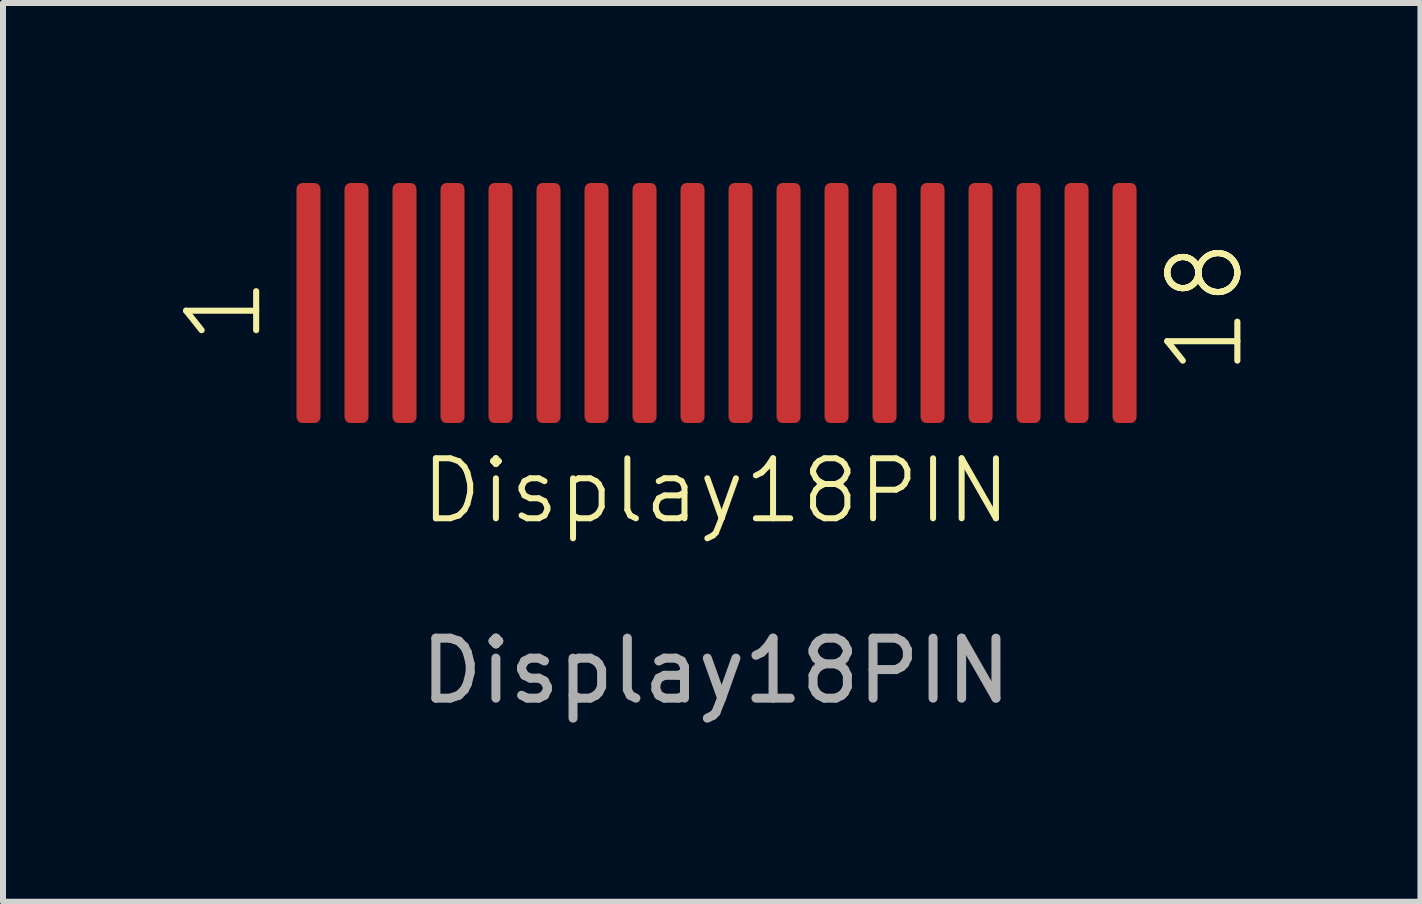
<source format=kicad_pcb>
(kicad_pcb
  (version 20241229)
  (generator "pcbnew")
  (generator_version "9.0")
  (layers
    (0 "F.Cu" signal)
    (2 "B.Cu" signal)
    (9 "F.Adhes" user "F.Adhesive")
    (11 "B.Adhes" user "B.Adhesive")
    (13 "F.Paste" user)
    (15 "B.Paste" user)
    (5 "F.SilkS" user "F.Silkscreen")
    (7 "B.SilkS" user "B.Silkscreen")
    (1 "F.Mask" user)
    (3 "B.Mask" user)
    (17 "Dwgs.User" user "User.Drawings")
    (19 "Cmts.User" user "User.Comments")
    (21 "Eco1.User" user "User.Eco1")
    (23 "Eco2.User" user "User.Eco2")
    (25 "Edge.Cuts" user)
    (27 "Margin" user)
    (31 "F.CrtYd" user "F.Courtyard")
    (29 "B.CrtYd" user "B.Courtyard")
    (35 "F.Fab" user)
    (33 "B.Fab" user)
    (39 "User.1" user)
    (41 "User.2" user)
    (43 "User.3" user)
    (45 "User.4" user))
  (footprint "Display18PIN"
    (layer "F.Cu")
    (at 8.881 5.63)
    (property "Reference" "Display18PIN" (at 0 -0.5 0) (unlocked yes) (layer "F.SilkS") (effects (font (size 1 1) (thickness 0.1))))
    (attr smd)
    (fp_line (start -8.83 -3.502) (end -7.662 -3.502) (stroke (width 0.102) (type solid)) (layer "F.SilkS"))
    (fp_line (start -8.571 -3.178) (end -8.83 -3.502) (stroke (width 0.102) (type solid)) (layer "F.SilkS"))
    (fp_line (start -7.662 -3.178) (end -7.662 -3.827) (stroke (width 0.102) (type solid)) (layer "F.SilkS"))
    (fp_line (start 7.522 -4.143) (end 7.522 -4.153) (stroke (width 0.102) (type solid)) (layer "F.SilkS"))
    (fp_line (start 7.522 -4.133) (end 7.522 -4.143) (stroke (width 0.102) (type solid)) (layer "F.SilkS"))
    (fp_line (start 7.522 -2.994) (end 7.781 -2.67) (stroke (width 0.102) (type solid)) (layer "F.SilkS"))
    (fp_line (start 7.522 -2.994) (end 8.69 -2.994) (stroke (width 0.102) (type solid)) (layer "F.SilkS"))
    (fp_line (start 7.522 -4.153) (end 7.523 -4.163) (stroke (width 0.102) (type solid)) (layer "F.SilkS"))
    (fp_line (start 7.522 -4.122) (end 7.522 -4.133) (stroke (width 0.102) (type solid)) (layer "F.SilkS"))
    (fp_line (start 7.523 -4.163) (end 7.524 -4.173) (stroke (width 0.102) (type solid)) (layer "F.SilkS"))
    (fp_line (start 7.523 -4.112) (end 7.522 -4.122) (stroke (width 0.102) (type solid)) (layer "F.SilkS"))
    (fp_line (start 7.524 -4.173) (end 7.526 -4.183) (stroke (width 0.102) (type solid)) (layer "F.SilkS"))
    (fp_line (start 7.524 -4.102) (end 7.523 -4.112) (stroke (width 0.102) (type solid)) (layer "F.SilkS"))
    (fp_line (start 7.526 -4.183) (end 7.527 -4.192) (stroke (width 0.102) (type solid)) (layer "F.SilkS"))
    (fp_line (start 7.526 -4.092) (end 7.524 -4.102) (stroke (width 0.102) (type solid)) (layer "F.SilkS"))
    (fp_line (start 7.527 -4.192) (end 7.53 -4.202) (stroke (width 0.102) (type solid)) (layer "F.SilkS"))
    (fp_line (start 7.527 -4.082) (end 7.526 -4.092) (stroke (width 0.102) (type solid)) (layer "F.SilkS"))
    (fp_line (start 7.53 -4.202) (end 7.532 -4.212) (stroke (width 0.102) (type solid)) (layer "F.SilkS"))
    (fp_line (start 7.53 -4.073) (end 7.527 -4.082) (stroke (width 0.102) (type solid)) (layer "F.SilkS"))
    (fp_line (start 7.532 -4.212) (end 7.536 -4.221) (stroke (width 0.102) (type solid)) (layer "F.SilkS"))
    (fp_line (start 7.532 -4.063) (end 7.53 -4.073) (stroke (width 0.102) (type solid)) (layer "F.SilkS"))
    (fp_line (start 7.536 -4.221) (end 7.539 -4.231) (stroke (width 0.102) (type solid)) (layer "F.SilkS"))
    (fp_line (start 7.536 -4.053) (end 7.532 -4.063) (stroke (width 0.102) (type solid)) (layer "F.SilkS"))
    (fp_line (start 7.539 -4.231) (end 7.543 -4.24) (stroke (width 0.102) (type solid)) (layer "F.SilkS"))
    (fp_line (start 7.539 -4.044) (end 7.536 -4.053) (stroke (width 0.102) (type solid)) (layer "F.SilkS"))
    (fp_line (start 7.543 -4.24) (end 7.547 -4.25) (stroke (width 0.102) (type solid)) (layer "F.SilkS"))
    (fp_line (start 7.543 -4.035) (end 7.539 -4.044) (stroke (width 0.102) (type solid)) (layer "F.SilkS"))
    (fp_line (start 7.547 -4.25) (end 7.551 -4.258) (stroke (width 0.102) (type solid)) (layer "F.SilkS"))
    (fp_line (start 7.547 -4.026) (end 7.543 -4.035) (stroke (width 0.102) (type solid)) (layer "F.SilkS"))
    (fp_line (start 7.551 -4.258) (end 7.556 -4.267) (stroke (width 0.102) (type solid)) (layer "F.SilkS"))
    (fp_line (start 7.551 -4.016) (end 7.547 -4.026) (stroke (width 0.102) (type solid)) (layer "F.SilkS"))
    (fp_line (start 7.556 -4.267) (end 7.562 -4.276) (stroke (width 0.102) (type solid)) (layer "F.SilkS"))
    (fp_line (start 7.556 -4.008) (end 7.551 -4.016) (stroke (width 0.102) (type solid)) (layer "F.SilkS"))
    (fp_line (start 7.562 -4.276) (end 7.567 -4.284) (stroke (width 0.102) (type solid)) (layer "F.SilkS"))
    (fp_line (start 7.562 -3.999) (end 7.556 -4.008) (stroke (width 0.102) (type solid)) (layer "F.SilkS"))
    (fp_line (start 7.567 -4.284) (end 7.573 -4.293) (stroke (width 0.102) (type solid)) (layer "F.SilkS"))
    (fp_line (start 7.567 -3.991) (end 7.562 -3.999) (stroke (width 0.102) (type solid)) (layer "F.SilkS"))
    (fp_line (start 7.573 -4.293) (end 7.579 -4.301) (stroke (width 0.102) (type solid)) (layer "F.SilkS"))
    (fp_line (start 7.573 -3.982) (end 7.567 -3.991) (stroke (width 0.102) (type solid)) (layer "F.SilkS"))
    (fp_line (start 7.579 -4.301) (end 7.586 -4.308) (stroke (width 0.102) (type solid)) (layer "F.SilkS"))
    (fp_line (start 7.579 -3.974) (end 7.573 -3.982) (stroke (width 0.102) (type solid)) (layer "F.SilkS"))
    (fp_line (start 7.586 -4.308) (end 7.592 -4.316) (stroke (width 0.102) (type solid)) (layer "F.SilkS"))
    (fp_line (start 7.586 -3.967) (end 7.579 -3.974) (stroke (width 0.102) (type solid)) (layer "F.SilkS"))
    (fp_line (start 7.592 -4.316) (end 7.599 -4.323) (stroke (width 0.102) (type solid)) (layer "F.SilkS"))
    (fp_line (start 7.592 -3.959) (end 7.586 -3.967) (stroke (width 0.102) (type solid)) (layer "F.SilkS"))
    (fp_line (start 7.599 -4.323) (end 7.607 -4.33) (stroke (width 0.102) (type solid)) (layer "F.SilkS"))
    (fp_line (start 7.599 -3.952) (end 7.592 -3.959) (stroke (width 0.102) (type solid)) (layer "F.SilkS"))
    (fp_line (start 7.607 -4.33) (end 7.614 -4.336) (stroke (width 0.102) (type solid)) (layer "F.SilkS"))
    (fp_line (start 7.607 -3.945) (end 7.599 -3.952) (stroke (width 0.102) (type solid)) (layer "F.SilkS"))
    (fp_line (start 7.614 -4.336) (end 7.622 -4.343) (stroke (width 0.102) (type solid)) (layer "F.SilkS"))
    (fp_line (start 7.614 -3.939) (end 7.607 -3.945) (stroke (width 0.102) (type solid)) (layer "F.SilkS"))
    (fp_line (start 7.622 -4.343) (end 7.63 -4.349) (stroke (width 0.102) (type solid)) (layer "F.SilkS"))
    (fp_line (start 7.622 -3.932) (end 7.614 -3.939) (stroke (width 0.102) (type solid)) (layer "F.SilkS"))
    (fp_line (start 7.63 -4.349) (end 7.638 -4.354) (stroke (width 0.102) (type solid)) (layer "F.SilkS"))
    (fp_line (start 7.63 -3.926) (end 7.622 -3.932) (stroke (width 0.102) (type solid)) (layer "F.SilkS"))
    (fp_line (start 7.638 -4.354) (end 7.647 -4.36) (stroke (width 0.102) (type solid)) (layer "F.SilkS"))
    (fp_line (start 7.638 -3.921) (end 7.63 -3.926) (stroke (width 0.102) (type solid)) (layer "F.SilkS"))
    (fp_line (start 7.647 -4.36) (end 7.656 -4.365) (stroke (width 0.102) (type solid)) (layer "F.SilkS"))
    (fp_line (start 7.647 -3.915) (end 7.638 -3.921) (stroke (width 0.102) (type solid)) (layer "F.SilkS"))
    (fp_line (start 7.656 -4.365) (end 7.665 -4.37) (stroke (width 0.102) (type solid)) (layer "F.SilkS"))
    (fp_line (start 7.656 -3.91) (end 7.647 -3.915) (stroke (width 0.102) (type solid)) (layer "F.SilkS"))
    (fp_line (start 7.665 -4.37) (end 7.674 -4.374) (stroke (width 0.102) (type solid)) (layer "F.SilkS"))
    (fp_line (start 7.665 -3.905) (end 7.656 -3.91) (stroke (width 0.102) (type solid)) (layer "F.SilkS"))
    (fp_line (start 7.674 -4.374) (end 7.683 -4.378) (stroke (width 0.102) (type solid)) (layer "F.SilkS"))
    (fp_line (start 7.674 -3.901) (end 7.665 -3.905) (stroke (width 0.102) (type solid)) (layer "F.SilkS"))
    (fp_line (start 7.683 -4.378) (end 7.692 -4.381) (stroke (width 0.102) (type solid)) (layer "F.SilkS"))
    (fp_line (start 7.683 -3.897) (end 7.674 -3.901) (stroke (width 0.102) (type solid)) (layer "F.SilkS"))
    (fp_line (start 7.692 -4.381) (end 7.702 -4.385) (stroke (width 0.102) (type solid)) (layer "F.SilkS"))
    (fp_line (start 7.692 -3.894) (end 7.683 -3.897) (stroke (width 0.102) (type solid)) (layer "F.SilkS"))
    (fp_line (start 7.702 -4.385) (end 7.712 -4.388) (stroke (width 0.102) (type solid)) (layer "F.SilkS"))
    (fp_line (start 7.702 -3.89) (end 7.692 -3.894) (stroke (width 0.102) (type solid)) (layer "F.SilkS"))
    (fp_line (start 7.712 -4.388) (end 7.721 -4.39) (stroke (width 0.102) (type solid)) (layer "F.SilkS"))
    (fp_line (start 7.712 -3.887) (end 7.702 -3.89) (stroke (width 0.102) (type solid)) (layer "F.SilkS"))
    (fp_line (start 7.721 -4.39) (end 7.731 -4.392) (stroke (width 0.102) (type solid)) (layer "F.SilkS"))
    (fp_line (start 7.721 -3.885) (end 7.712 -3.887) (stroke (width 0.102) (type solid)) (layer "F.SilkS"))
    (fp_line (start 7.731 -4.392) (end 7.741 -4.394) (stroke (width 0.102) (type solid)) (layer "F.SilkS"))
    (fp_line (start 7.731 -3.883) (end 7.721 -3.885) (stroke (width 0.102) (type solid)) (layer "F.SilkS"))
    (fp_line (start 7.741 -4.394) (end 7.751 -4.395) (stroke (width 0.102) (type solid)) (layer "F.SilkS"))
    (fp_line (start 7.741 -3.881) (end 7.731 -3.883) (stroke (width 0.102) (type solid)) (layer "F.SilkS"))
    (fp_line (start 7.751 -4.395) (end 7.761 -4.396) (stroke (width 0.102) (type solid)) (layer "F.SilkS"))
    (fp_line (start 7.751 -3.88) (end 7.741 -3.881) (stroke (width 0.102) (type solid)) (layer "F.SilkS"))
    (fp_line (start 7.761 -4.396) (end 7.771 -4.397) (stroke (width 0.102) (type solid)) (layer "F.SilkS"))
    (fp_line (start 7.761 -3.879) (end 7.751 -3.88) (stroke (width 0.102) (type solid)) (layer "F.SilkS"))
    (fp_line (start 7.771 -4.397) (end 7.781 -4.397) (stroke (width 0.102) (type solid)) (layer "F.SilkS"))
    (fp_line (start 7.771 -3.878) (end 7.761 -3.879) (stroke (width 0.102) (type solid)) (layer "F.SilkS"))
    (fp_line (start 7.781 -4.397) (end 7.791 -4.397) (stroke (width 0.102) (type solid)) (layer "F.SilkS"))
    (fp_line (start 7.781 -3.878) (end 7.771 -3.878) (stroke (width 0.102) (type solid)) (layer "F.SilkS"))
    (fp_line (start 7.791 -4.397) (end 7.801 -4.396) (stroke (width 0.102) (type solid)) (layer "F.SilkS"))
    (fp_line (start 7.791 -3.878) (end 7.781 -3.878) (stroke (width 0.102) (type solid)) (layer "F.SilkS"))
    (fp_line (start 7.801 -4.396) (end 7.811 -4.395) (stroke (width 0.102) (type solid)) (layer "F.SilkS"))
    (fp_line (start 7.801 -3.879) (end 7.791 -3.878) (stroke (width 0.102) (type solid)) (layer "F.SilkS"))
    (fp_line (start 7.811 -4.395) (end 7.821 -4.394) (stroke (width 0.102) (type solid)) (layer "F.SilkS"))
    (fp_line (start 7.811 -3.88) (end 7.801 -3.879) (stroke (width 0.102) (type solid)) (layer "F.SilkS"))
    (fp_line (start 7.821 -4.394) (end 7.831 -4.392) (stroke (width 0.102) (type solid)) (layer "F.SilkS"))
    (fp_line (start 7.821 -3.881) (end 7.811 -3.88) (stroke (width 0.102) (type solid)) (layer "F.SilkS"))
    (fp_line (start 7.831 -4.392) (end 7.841 -4.39) (stroke (width 0.102) (type solid)) (layer "F.SilkS"))
    (fp_line (start 7.831 -3.883) (end 7.821 -3.881) (stroke (width 0.102) (type solid)) (layer "F.SilkS"))
    (fp_line (start 7.841 -4.39) (end 7.851 -4.388) (stroke (width 0.102) (type solid)) (layer "F.SilkS"))
    (fp_line (start 7.841 -3.885) (end 7.831 -3.883) (stroke (width 0.102) (type solid)) (layer "F.SilkS"))
    (fp_line (start 7.851 -4.388) (end 7.861 -4.385) (stroke (width 0.102) (type solid)) (layer "F.SilkS"))
    (fp_line (start 7.851 -3.887) (end 7.841 -3.885) (stroke (width 0.102) (type solid)) (layer "F.SilkS"))
    (fp_line (start 7.861 -4.385) (end 7.87 -4.381) (stroke (width 0.102) (type solid)) (layer "F.SilkS"))
    (fp_line (start 7.861 -3.89) (end 7.851 -3.887) (stroke (width 0.102) (type solid)) (layer "F.SilkS"))
    (fp_line (start 7.87 -4.381) (end 7.879 -4.378) (stroke (width 0.102) (type solid)) (layer "F.SilkS"))
    (fp_line (start 7.87 -3.894) (end 7.861 -3.89) (stroke (width 0.102) (type solid)) (layer "F.SilkS"))
    (fp_line (start 7.879 -4.378) (end 7.889 -4.374) (stroke (width 0.102) (type solid)) (layer "F.SilkS"))
    (fp_line (start 7.879 -3.897) (end 7.87 -3.894) (stroke (width 0.102) (type solid)) (layer "F.SilkS"))
    (fp_line (start 7.889 -4.374) (end 7.898 -4.37) (stroke (width 0.102) (type solid)) (layer "F.SilkS"))
    (fp_line (start 7.889 -3.901) (end 7.879 -3.897) (stroke (width 0.102) (type solid)) (layer "F.SilkS"))
    (fp_line (start 7.898 -4.37) (end 7.907 -4.365) (stroke (width 0.102) (type solid)) (layer "F.SilkS"))
    (fp_line (start 7.898 -3.905) (end 7.889 -3.901) (stroke (width 0.102) (type solid)) (layer "F.SilkS"))
    (fp_line (start 7.907 -4.365) (end 7.915 -4.36) (stroke (width 0.102) (type solid)) (layer "F.SilkS"))
    (fp_line (start 7.907 -3.91) (end 7.898 -3.905) (stroke (width 0.102) (type solid)) (layer "F.SilkS"))
    (fp_line (start 7.915 -4.36) (end 7.924 -4.354) (stroke (width 0.102) (type solid)) (layer "F.SilkS"))
    (fp_line (start 7.915 -3.915) (end 7.907 -3.91) (stroke (width 0.102) (type solid)) (layer "F.SilkS"))
    (fp_line (start 7.924 -4.354) (end 7.932 -4.349) (stroke (width 0.102) (type solid)) (layer "F.SilkS"))
    (fp_line (start 7.924 -3.921) (end 7.915 -3.915) (stroke (width 0.102) (type solid)) (layer "F.SilkS"))
    (fp_line (start 7.932 -4.349) (end 7.94 -4.343) (stroke (width 0.102) (type solid)) (layer "F.SilkS"))
    (fp_line (start 7.932 -3.926) (end 7.924 -3.921) (stroke (width 0.102) (type solid)) (layer "F.SilkS"))
    (fp_line (start 7.94 -4.343) (end 7.948 -4.336) (stroke (width 0.102) (type solid)) (layer "F.SilkS"))
    (fp_line (start 7.94 -3.932) (end 7.932 -3.926) (stroke (width 0.102) (type solid)) (layer "F.SilkS"))
    (fp_line (start 7.948 -4.336) (end 7.956 -4.33) (stroke (width 0.102) (type solid)) (layer "F.SilkS"))
    (fp_line (start 7.948 -3.939) (end 7.94 -3.932) (stroke (width 0.102) (type solid)) (layer "F.SilkS"))
    (fp_line (start 7.956 -4.33) (end 7.963 -4.323) (stroke (width 0.102) (type solid)) (layer "F.SilkS"))
    (fp_line (start 7.956 -3.945) (end 7.948 -3.939) (stroke (width 0.102) (type solid)) (layer "F.SilkS"))
    (fp_line (start 7.963 -4.323) (end 7.97 -4.316) (stroke (width 0.102) (type solid)) (layer "F.SilkS"))
    (fp_line (start 7.963 -3.952) (end 7.956 -3.945) (stroke (width 0.102) (type solid)) (layer "F.SilkS"))
    (fp_line (start 7.97 -4.316) (end 7.977 -4.308) (stroke (width 0.102) (type solid)) (layer "F.SilkS"))
    (fp_line (start 7.97 -3.959) (end 7.963 -3.952) (stroke (width 0.102) (type solid)) (layer "F.SilkS"))
    (fp_line (start 7.977 -4.308) (end 7.983 -4.301) (stroke (width 0.102) (type solid)) (layer "F.SilkS"))
    (fp_line (start 7.977 -3.967) (end 7.97 -3.959) (stroke (width 0.102) (type solid)) (layer "F.SilkS"))
    (fp_line (start 7.983 -4.301) (end 7.989 -4.293) (stroke (width 0.102) (type solid)) (layer "F.SilkS"))
    (fp_line (start 7.983 -3.974) (end 7.977 -3.967) (stroke (width 0.102) (type solid)) (layer "F.SilkS"))
    (fp_line (start 7.989 -4.293) (end 7.995 -4.284) (stroke (width 0.102) (type solid)) (layer "F.SilkS"))
    (fp_line (start 7.989 -3.982) (end 7.983 -3.974) (stroke (width 0.102) (type solid)) (layer "F.SilkS"))
    (fp_line (start 7.995 -4.284) (end 8.001 -4.276) (stroke (width 0.102) (type solid)) (layer "F.SilkS"))
    (fp_line (start 7.995 -3.991) (end 7.989 -3.982) (stroke (width 0.102) (type solid)) (layer "F.SilkS"))
    (fp_line (start 8.001 -4.276) (end 8.006 -4.267) (stroke (width 0.102) (type solid)) (layer "F.SilkS"))
    (fp_line (start 8.001 -3.999) (end 7.995 -3.991) (stroke (width 0.102) (type solid)) (layer "F.SilkS"))
    (fp_line (start 8.006 -4.267) (end 8.011 -4.258) (stroke (width 0.102) (type solid)) (layer "F.SilkS"))
    (fp_line (start 8.006 -4.008) (end 8.001 -3.999) (stroke (width 0.102) (type solid)) (layer "F.SilkS"))
    (fp_line (start 8.011 -4.258) (end 8.015 -4.25) (stroke (width 0.102) (type solid)) (layer "F.SilkS"))
    (fp_line (start 8.011 -4.016) (end 8.006 -4.008) (stroke (width 0.102) (type solid)) (layer "F.SilkS"))
    (fp_line (start 8.015 -4.25) (end 8.02 -4.24) (stroke (width 0.102) (type solid)) (layer "F.SilkS"))
    (fp_line (start 8.015 -4.026) (end 8.011 -4.016) (stroke (width 0.102) (type solid)) (layer "F.SilkS"))
    (fp_line (start 8.02 -4.24) (end 8.023 -4.231) (stroke (width 0.102) (type solid)) (layer "F.SilkS"))
    (fp_line (start 8.02 -4.035) (end 8.015 -4.026) (stroke (width 0.102) (type solid)) (layer "F.SilkS"))
    (fp_line (start 8.023 -4.231) (end 8.027 -4.221) (stroke (width 0.102) (type solid)) (layer "F.SilkS"))
    (fp_line (start 8.023 -4.044) (end 8.02 -4.035) (stroke (width 0.102) (type solid)) (layer "F.SilkS"))
    (fp_line (start 8.027 -4.221) (end 8.03 -4.212) (stroke (width 0.102) (type solid)) (layer "F.SilkS"))
    (fp_line (start 8.027 -4.053) (end 8.023 -4.044) (stroke (width 0.102) (type solid)) (layer "F.SilkS"))
    (fp_line (start 8.03 -4.212) (end 8.033 -4.202) (stroke (width 0.102) (type solid)) (layer "F.SilkS"))
    (fp_line (start 8.03 -4.063) (end 8.027 -4.053) (stroke (width 0.102) (type solid)) (layer "F.SilkS"))
    (fp_line (start 8.033 -4.202) (end 8.035 -4.192) (stroke (width 0.102) (type solid)) (layer "F.SilkS"))
    (fp_line (start 8.033 -4.073) (end 8.03 -4.063) (stroke (width 0.102) (type solid)) (layer "F.SilkS"))
    (fp_line (start 8.035 -4.192) (end 8.037 -4.183) (stroke (width 0.102) (type solid)) (layer "F.SilkS"))
    (fp_line (start 8.035 -4.082) (end 8.033 -4.073) (stroke (width 0.102) (type solid)) (layer "F.SilkS"))
    (fp_line (start 8.037 -4.183) (end 8.038 -4.173) (stroke (width 0.102) (type solid)) (layer "F.SilkS"))
    (fp_line (start 8.037 -4.092) (end 8.035 -4.082) (stroke (width 0.102) (type solid)) (layer "F.SilkS"))
    (fp_line (start 8.038 -4.173) (end 8.04 -4.163) (stroke (width 0.102) (type solid)) (layer "F.SilkS"))
    (fp_line (start 8.038 -4.102) (end 8.037 -4.092) (stroke (width 0.102) (type solid)) (layer "F.SilkS"))
    (fp_line (start 8.04 -4.163) (end 8.04 -4.153) (stroke (width 0.102) (type solid)) (layer "F.SilkS"))
    (fp_line (start 8.04 -4.112) (end 8.038 -4.102) (stroke (width 0.102) (type solid)) (layer "F.SilkS"))
    (fp_line (start 8.04 -4.153) (end 8.041 -4.143) (stroke (width 0.102) (type solid)) (layer "F.SilkS"))
    (fp_line (start 8.04 -4.122) (end 8.04 -4.112) (stroke (width 0.102) (type solid)) (layer "F.SilkS"))
    (fp_line (start 8.041 -4.143) (end 8.041 -4.133) (stroke (width 0.102) (type solid)) (layer "F.SilkS"))
    (fp_line (start 8.041 -4.138) (end 8.041 -4.149) (stroke (width 0.102) (type solid)) (layer "F.SilkS"))
    (fp_line (start 8.041 -4.133) (end 8.04 -4.122) (stroke (width 0.102) (type solid)) (layer "F.SilkS"))
    (fp_line (start 8.041 -4.149) (end 8.042 -4.16) (stroke (width 0.102) (type solid)) (layer "F.SilkS"))
    (fp_line (start 8.041 -4.126) (end 8.041 -4.138) (stroke (width 0.102) (type solid)) (layer "F.SilkS"))
    (fp_line (start 8.042 -4.16) (end 8.043 -4.171) (stroke (width 0.102) (type solid)) (layer "F.SilkS"))
    (fp_line (start 8.042 -4.115) (end 8.041 -4.126) (stroke (width 0.102) (type solid)) (layer "F.SilkS"))
    (fp_line (start 8.043 -4.171) (end 8.044 -4.183) (stroke (width 0.102) (type solid)) (layer "F.SilkS"))
    (fp_line (start 8.043 -4.104) (end 8.042 -4.115) (stroke (width 0.102) (type solid)) (layer "F.SilkS"))
    (fp_line (start 8.044 -4.183) (end 8.046 -4.194) (stroke (width 0.102) (type solid)) (layer "F.SilkS"))
    (fp_line (start 8.044 -4.092) (end 8.043 -4.104) (stroke (width 0.102) (type solid)) (layer "F.SilkS"))
    (fp_line (start 8.046 -4.194) (end 8.048 -4.205) (stroke (width 0.102) (type solid)) (layer "F.SilkS"))
    (fp_line (start 8.046 -4.081) (end 8.044 -4.092) (stroke (width 0.102) (type solid)) (layer "F.SilkS"))
    (fp_line (start 8.048 -4.205) (end 8.05 -4.216) (stroke (width 0.102) (type solid)) (layer "F.SilkS"))
    (fp_line (start 8.048 -4.07) (end 8.046 -4.081) (stroke (width 0.102) (type solid)) (layer "F.SilkS"))
    (fp_line (start 8.05 -4.216) (end 8.053 -4.227) (stroke (width 0.102) (type solid)) (layer "F.SilkS"))
    (fp_line (start 8.05 -4.059) (end 8.048 -4.07) (stroke (width 0.102) (type solid)) (layer "F.SilkS"))
    (fp_line (start 8.053 -4.227) (end 8.057 -4.238) (stroke (width 0.102) (type solid)) (layer "F.SilkS"))
    (fp_line (start 8.053 -4.048) (end 8.05 -4.059) (stroke (width 0.102) (type solid)) (layer "F.SilkS"))
    (fp_line (start 8.057 -4.238) (end 8.06 -4.248) (stroke (width 0.102) (type solid)) (layer "F.SilkS"))
    (fp_line (start 8.057 -4.037) (end 8.053 -4.048) (stroke (width 0.102) (type solid)) (layer "F.SilkS"))
    (fp_line (start 8.06 -4.248) (end 8.064 -4.259) (stroke (width 0.102) (type solid)) (layer "F.SilkS"))
    (fp_line (start 8.06 -4.027) (end 8.057 -4.037) (stroke (width 0.102) (type solid)) (layer "F.SilkS"))
    (fp_line (start 8.064 -4.259) (end 8.069 -4.269) (stroke (width 0.102) (type solid)) (layer "F.SilkS"))
    (fp_line (start 8.064 -4.016) (end 8.06 -4.027) (stroke (width 0.102) (type solid)) (layer "F.SilkS"))
    (fp_line (start 8.069 -4.269) (end 8.074 -4.28) (stroke (width 0.102) (type solid)) (layer "F.SilkS"))
    (fp_line (start 8.069 -4.005) (end 8.064 -4.016) (stroke (width 0.102) (type solid)) (layer "F.SilkS"))
    (fp_line (start 8.074 -4.28) (end 8.079 -4.29) (stroke (width 0.102) (type solid)) (layer "F.SilkS"))
    (fp_line (start 8.074 -3.995) (end 8.069 -4.005) (stroke (width 0.102) (type solid)) (layer "F.SilkS"))
    (fp_line (start 8.079 -4.29) (end 8.084 -4.3) (stroke (width 0.102) (type solid)) (layer "F.SilkS"))
    (fp_line (start 8.079 -3.985) (end 8.074 -3.995) (stroke (width 0.102) (type solid)) (layer "F.SilkS"))
    (fp_line (start 8.084 -4.3) (end 8.09 -4.309) (stroke (width 0.102) (type solid)) (layer "F.SilkS"))
    (fp_line (start 8.084 -3.975) (end 8.079 -3.985) (stroke (width 0.102) (type solid)) (layer "F.SilkS"))
    (fp_line (start 8.09 -4.309) (end 8.096 -4.319) (stroke (width 0.102) (type solid)) (layer "F.SilkS"))
    (fp_line (start 8.09 -3.966) (end 8.084 -3.975) (stroke (width 0.102) (type solid)) (layer "F.SilkS"))
    (fp_line (start 8.096 -4.319) (end 8.103 -4.328) (stroke (width 0.102) (type solid)) (layer "F.SilkS"))
    (fp_line (start 8.096 -3.956) (end 8.09 -3.966) (stroke (width 0.102) (type solid)) (layer "F.SilkS"))
    (fp_line (start 8.103 -4.328) (end 8.11 -4.337) (stroke (width 0.102) (type solid)) (layer "F.SilkS"))
    (fp_line (start 8.103 -3.947) (end 8.096 -3.956) (stroke (width 0.102) (type solid)) (layer "F.SilkS"))
    (fp_line (start 8.11 -4.337) (end 8.117 -4.346) (stroke (width 0.102) (type solid)) (layer "F.SilkS"))
    (fp_line (start 8.11 -3.938) (end 8.103 -3.947) (stroke (width 0.102) (type solid)) (layer "F.SilkS"))
    (fp_line (start 8.117 -4.346) (end 8.124 -4.355) (stroke (width 0.102) (type solid)) (layer "F.SilkS"))
    (fp_line (start 8.117 -3.929) (end 8.11 -3.938) (stroke (width 0.102) (type solid)) (layer "F.SilkS"))
    (fp_line (start 8.124 -4.355) (end 8.132 -4.363) (stroke (width 0.102) (type solid)) (layer "F.SilkS"))
    (fp_line (start 8.124 -3.92) (end 8.117 -3.929) (stroke (width 0.102) (type solid)) (layer "F.SilkS"))
    (fp_line (start 8.132 -4.363) (end 8.14 -4.371) (stroke (width 0.102) (type solid)) (layer "F.SilkS"))
    (fp_line (start 8.132 -3.912) (end 8.124 -3.92) (stroke (width 0.102) (type solid)) (layer "F.SilkS"))
    (fp_line (start 8.14 -4.371) (end 8.148 -4.379) (stroke (width 0.102) (type solid)) (layer "F.SilkS"))
    (fp_line (start 8.14 -3.904) (end 8.132 -3.912) (stroke (width 0.102) (type solid)) (layer "F.SilkS"))
    (fp_line (start 8.148 -4.379) (end 8.157 -4.386) (stroke (width 0.102) (type solid)) (layer "F.SilkS"))
    (fp_line (start 8.148 -3.896) (end 8.14 -3.904) (stroke (width 0.102) (type solid)) (layer "F.SilkS"))
    (fp_line (start 8.157 -4.386) (end 8.166 -4.393) (stroke (width 0.102) (type solid)) (layer "F.SilkS"))
    (fp_line (start 8.157 -3.889) (end 8.148 -3.896) (stroke (width 0.102) (type solid)) (layer "F.SilkS"))
    (fp_line (start 8.166 -4.393) (end 8.175 -4.4) (stroke (width 0.102) (type solid)) (layer "F.SilkS"))
    (fp_line (start 8.166 -3.882) (end 8.157 -3.889) (stroke (width 0.102) (type solid)) (layer "F.SilkS"))
    (fp_line (start 8.175 -4.4) (end 8.184 -4.407) (stroke (width 0.102) (type solid)) (layer "F.SilkS"))
    (fp_line (start 8.175 -3.875) (end 8.166 -3.882) (stroke (width 0.102) (type solid)) (layer "F.SilkS"))
    (fp_line (start 8.184 -4.407) (end 8.193 -4.413) (stroke (width 0.102) (type solid)) (layer "F.SilkS"))
    (fp_line (start 8.184 -3.868) (end 8.175 -3.875) (stroke (width 0.102) (type solid)) (layer "F.SilkS"))
    (fp_line (start 8.193 -4.413) (end 8.203 -4.419) (stroke (width 0.102) (type solid)) (layer "F.SilkS"))
    (fp_line (start 8.193 -3.862) (end 8.184 -3.868) (stroke (width 0.102) (type solid)) (layer "F.SilkS"))
    (fp_line (start 8.203 -4.419) (end 8.213 -4.424) (stroke (width 0.102) (type solid)) (layer "F.SilkS"))
    (fp_line (start 8.203 -3.856) (end 8.193 -3.862) (stroke (width 0.102) (type solid)) (layer "F.SilkS"))
    (fp_line (start 8.213 -4.424) (end 8.223 -4.429) (stroke (width 0.102) (type solid)) (layer "F.SilkS"))
    (fp_line (start 8.213 -3.851) (end 8.203 -3.856) (stroke (width 0.102) (type solid)) (layer "F.SilkS"))
    (fp_line (start 8.223 -4.429) (end 8.233 -4.434) (stroke (width 0.102) (type solid)) (layer "F.SilkS"))
    (fp_line (start 8.223 -3.846) (end 8.213 -3.851) (stroke (width 0.102) (type solid)) (layer "F.SilkS"))
    (fp_line (start 8.233 -4.434) (end 8.244 -4.439) (stroke (width 0.102) (type solid)) (layer "F.SilkS"))
    (fp_line (start 8.233 -3.841) (end 8.223 -3.846) (stroke (width 0.102) (type solid)) (layer "F.SilkS"))
    (fp_line (start 8.244 -4.439) (end 8.254 -4.442) (stroke (width 0.102) (type solid)) (layer "F.SilkS"))
    (fp_line (start 8.244 -3.837) (end 8.233 -3.841) (stroke (width 0.102) (type solid)) (layer "F.SilkS"))
    (fp_line (start 8.254 -4.442) (end 8.265 -4.446) (stroke (width 0.102) (type solid)) (layer "F.SilkS"))
    (fp_line (start 8.254 -3.833) (end 8.244 -3.837) (stroke (width 0.102) (type solid)) (layer "F.SilkS"))
    (fp_line (start 8.265 -4.446) (end 8.276 -4.449) (stroke (width 0.102) (type solid)) (layer "F.SilkS"))
    (fp_line (start 8.265 -3.829) (end 8.254 -3.833) (stroke (width 0.102) (type solid)) (layer "F.SilkS"))
    (fp_line (start 8.276 -4.449) (end 8.287 -4.452) (stroke (width 0.102) (type solid)) (layer "F.SilkS"))
    (fp_line (start 8.276 -3.825) (end 8.265 -3.829) (stroke (width 0.102) (type solid)) (layer "F.SilkS"))
    (fp_line (start 8.287 -4.452) (end 8.298 -4.455) (stroke (width 0.102) (type solid)) (layer "F.SilkS"))
    (fp_line (start 8.287 -3.822) (end 8.276 -3.825) (stroke (width 0.102) (type solid)) (layer "F.SilkS"))
    (fp_line (start 8.298 -4.455) (end 8.309 -4.457) (stroke (width 0.102) (type solid)) (layer "F.SilkS"))
    (fp_line (start 8.298 -3.82) (end 8.287 -3.822) (stroke (width 0.102) (type solid)) (layer "F.SilkS"))
    (fp_line (start 8.309 -4.457) (end 8.32 -4.459) (stroke (width 0.102) (type solid)) (layer "F.SilkS"))
    (fp_line (start 8.309 -3.818) (end 8.298 -3.82) (stroke (width 0.102) (type solid)) (layer "F.SilkS"))
    (fp_line (start 8.32 -4.459) (end 8.332 -4.46) (stroke (width 0.102) (type solid)) (layer "F.SilkS"))
    (fp_line (start 8.32 -3.816) (end 8.309 -3.818) (stroke (width 0.102) (type solid)) (layer "F.SilkS"))
    (fp_line (start 8.332 -4.46) (end 8.343 -4.461) (stroke (width 0.102) (type solid)) (layer "F.SilkS"))
    (fp_line (start 8.332 -3.815) (end 8.32 -3.816) (stroke (width 0.102) (type solid)) (layer "F.SilkS"))
    (fp_line (start 8.343 -4.461) (end 8.354 -4.462) (stroke (width 0.102) (type solid)) (layer "F.SilkS"))
    (fp_line (start 8.343 -3.814) (end 8.332 -3.815) (stroke (width 0.102) (type solid)) (layer "F.SilkS"))
    (fp_line (start 8.354 -4.462) (end 8.365 -4.462) (stroke (width 0.102) (type solid)) (layer "F.SilkS"))
    (fp_line (start 8.354 -3.813) (end 8.343 -3.814) (stroke (width 0.102) (type solid)) (layer "F.SilkS"))
    (fp_line (start 8.365 -4.462) (end 8.377 -4.462) (stroke (width 0.102) (type solid)) (layer "F.SilkS"))
    (fp_line (start 8.365 -3.813) (end 8.354 -3.813) (stroke (width 0.102) (type solid)) (layer "F.SilkS"))
    (fp_line (start 8.377 -4.462) (end 8.388 -4.461) (stroke (width 0.102) (type solid)) (layer "F.SilkS"))
    (fp_line (start 8.377 -3.813) (end 8.365 -3.813) (stroke (width 0.102) (type solid)) (layer "F.SilkS"))
    (fp_line (start 8.388 -4.461) (end 8.399 -4.46) (stroke (width 0.102) (type solid)) (layer "F.SilkS"))
    (fp_line (start 8.388 -3.814) (end 8.377 -3.813) (stroke (width 0.102) (type solid)) (layer "F.SilkS"))
    (fp_line (start 8.399 -4.46) (end 8.411 -4.459) (stroke (width 0.102) (type solid)) (layer "F.SilkS"))
    (fp_line (start 8.399 -3.815) (end 8.388 -3.814) (stroke (width 0.102) (type solid)) (layer "F.SilkS"))
    (fp_line (start 8.411 -4.459) (end 8.422 -4.457) (stroke (width 0.102) (type solid)) (layer "F.SilkS"))
    (fp_line (start 8.411 -3.816) (end 8.399 -3.815) (stroke (width 0.102) (type solid)) (layer "F.SilkS"))
    (fp_line (start 8.422 -4.457) (end 8.433 -4.455) (stroke (width 0.102) (type solid)) (layer "F.SilkS"))
    (fp_line (start 8.422 -3.818) (end 8.411 -3.816) (stroke (width 0.102) (type solid)) (layer "F.SilkS"))
    (fp_line (start 8.433 -4.455) (end 8.444 -4.452) (stroke (width 0.102) (type solid)) (layer "F.SilkS"))
    (fp_line (start 8.433 -3.82) (end 8.422 -3.818) (stroke (width 0.102) (type solid)) (layer "F.SilkS"))
    (fp_line (start 8.444 -4.452) (end 8.455 -4.449) (stroke (width 0.102) (type solid)) (layer "F.SilkS"))
    (fp_line (start 8.444 -3.822) (end 8.433 -3.82) (stroke (width 0.102) (type solid)) (layer "F.SilkS"))
    (fp_line (start 8.455 -4.449) (end 8.466 -4.446) (stroke (width 0.102) (type solid)) (layer "F.SilkS"))
    (fp_line (start 8.455 -3.825) (end 8.444 -3.822) (stroke (width 0.102) (type solid)) (layer "F.SilkS"))
    (fp_line (start 8.466 -4.446) (end 8.476 -4.442) (stroke (width 0.102) (type solid)) (layer "F.SilkS"))
    (fp_line (start 8.466 -3.829) (end 8.455 -3.825) (stroke (width 0.102) (type solid)) (layer "F.SilkS"))
    (fp_line (start 8.476 -4.442) (end 8.487 -4.439) (stroke (width 0.102) (type solid)) (layer "F.SilkS"))
    (fp_line (start 8.476 -3.833) (end 8.466 -3.829) (stroke (width 0.102) (type solid)) (layer "F.SilkS"))
    (fp_line (start 8.487 -4.439) (end 8.497 -4.434) (stroke (width 0.102) (type solid)) (layer "F.SilkS"))
    (fp_line (start 8.487 -3.837) (end 8.476 -3.833) (stroke (width 0.102) (type solid)) (layer "F.SilkS"))
    (fp_line (start 8.497 -4.434) (end 8.508 -4.429) (stroke (width 0.102) (type solid)) (layer "F.SilkS"))
    (fp_line (start 8.497 -3.841) (end 8.487 -3.837) (stroke (width 0.102) (type solid)) (layer "F.SilkS"))
    (fp_line (start 8.508 -4.429) (end 8.518 -4.424) (stroke (width 0.102) (type solid)) (layer "F.SilkS"))
    (fp_line (start 8.508 -3.846) (end 8.497 -3.841) (stroke (width 0.102) (type solid)) (layer "F.SilkS"))
    (fp_line (start 8.518 -4.424) (end 8.528 -4.419) (stroke (width 0.102) (type solid)) (layer "F.SilkS"))
    (fp_line (start 8.518 -3.851) (end 8.508 -3.846) (stroke (width 0.102) (type solid)) (layer "F.SilkS"))
    (fp_line (start 8.528 -4.419) (end 8.537 -4.413) (stroke (width 0.102) (type solid)) (layer "F.SilkS"))
    (fp_line (start 8.528 -3.856) (end 8.518 -3.851) (stroke (width 0.102) (type solid)) (layer "F.SilkS"))
    (fp_line (start 8.537 -4.413) (end 8.547 -4.407) (stroke (width 0.102) (type solid)) (layer "F.SilkS"))
    (fp_line (start 8.537 -3.862) (end 8.528 -3.856) (stroke (width 0.102) (type solid)) (layer "F.SilkS"))
    (fp_line (start 8.547 -4.407) (end 8.556 -4.4) (stroke (width 0.102) (type solid)) (layer "F.SilkS"))
    (fp_line (start 8.547 -3.868) (end 8.537 -3.862) (stroke (width 0.102) (type solid)) (layer "F.SilkS"))
    (fp_line (start 8.556 -4.4) (end 8.565 -4.393) (stroke (width 0.102) (type solid)) (layer "F.SilkS"))
    (fp_line (start 8.556 -3.875) (end 8.547 -3.868) (stroke (width 0.102) (type solid)) (layer "F.SilkS"))
    (fp_line (start 8.565 -4.393) (end 8.574 -4.386) (stroke (width 0.102) (type solid)) (layer "F.SilkS"))
    (fp_line (start 8.565 -3.882) (end 8.556 -3.875) (stroke (width 0.102) (type solid)) (layer "F.SilkS"))
    (fp_line (start 8.574 -4.386) (end 8.583 -4.379) (stroke (width 0.102) (type solid)) (layer "F.SilkS"))
    (fp_line (start 8.574 -3.889) (end 8.565 -3.882) (stroke (width 0.102) (type solid)) (layer "F.SilkS"))
    (fp_line (start 8.583 -4.379) (end 8.591 -4.371) (stroke (width 0.102) (type solid)) (layer "F.SilkS"))
    (fp_line (start 8.583 -3.896) (end 8.574 -3.889) (stroke (width 0.102) (type solid)) (layer "F.SilkS"))
    (fp_line (start 8.591 -4.371) (end 8.599 -4.363) (stroke (width 0.102) (type solid)) (layer "F.SilkS"))
    (fp_line (start 8.591 -3.904) (end 8.583 -3.896) (stroke (width 0.102) (type solid)) (layer "F.SilkS"))
    (fp_line (start 8.599 -4.363) (end 8.607 -4.355) (stroke (width 0.102) (type solid)) (layer "F.SilkS"))
    (fp_line (start 8.599 -3.912) (end 8.591 -3.904) (stroke (width 0.102) (type solid)) (layer "F.SilkS"))
    (fp_line (start 8.607 -4.355) (end 8.614 -4.346) (stroke (width 0.102) (type solid)) (layer "F.SilkS"))
    (fp_line (start 8.607 -3.92) (end 8.599 -3.912) (stroke (width 0.102) (type solid)) (layer "F.SilkS"))
    (fp_line (start 8.614 -4.346) (end 8.621 -4.337) (stroke (width 0.102) (type solid)) (layer "F.SilkS"))
    (fp_line (start 8.614 -3.929) (end 8.607 -3.92) (stroke (width 0.102) (type solid)) (layer "F.SilkS"))
    (fp_line (start 8.621 -4.337) (end 8.628 -4.328) (stroke (width 0.102) (type solid)) (layer "F.SilkS"))
    (fp_line (start 8.621 -3.938) (end 8.614 -3.929) (stroke (width 0.102) (type solid)) (layer "F.SilkS"))
    (fp_line (start 8.628 -4.328) (end 8.634 -4.319) (stroke (width 0.102) (type solid)) (layer "F.SilkS"))
    (fp_line (start 8.628 -3.947) (end 8.621 -3.938) (stroke (width 0.102) (type solid)) (layer "F.SilkS"))
    (fp_line (start 8.634 -4.319) (end 8.641 -4.309) (stroke (width 0.102) (type solid)) (layer "F.SilkS"))
    (fp_line (start 8.634 -3.956) (end 8.628 -3.947) (stroke (width 0.102) (type solid)) (layer "F.SilkS"))
    (fp_line (start 8.641 -4.309) (end 8.646 -4.3) (stroke (width 0.102) (type solid)) (layer "F.SilkS"))
    (fp_line (start 8.641 -3.966) (end 8.634 -3.956) (stroke (width 0.102) (type solid)) (layer "F.SilkS"))
    (fp_line (start 8.646 -4.3) (end 8.652 -4.29) (stroke (width 0.102) (type solid)) (layer "F.SilkS"))
    (fp_line (start 8.646 -3.975) (end 8.641 -3.966) (stroke (width 0.102) (type solid)) (layer "F.SilkS"))
    (fp_line (start 8.652 -4.29) (end 8.657 -4.28) (stroke (width 0.102) (type solid)) (layer "F.SilkS"))
    (fp_line (start 8.652 -3.985) (end 8.646 -3.975) (stroke (width 0.102) (type solid)) (layer "F.SilkS"))
    (fp_line (start 8.657 -4.28) (end 8.662 -4.269) (stroke (width 0.102) (type solid)) (layer "F.SilkS"))
    (fp_line (start 8.657 -3.995) (end 8.652 -3.985) (stroke (width 0.102) (type solid)) (layer "F.SilkS"))
    (fp_line (start 8.662 -4.269) (end 8.666 -4.259) (stroke (width 0.102) (type solid)) (layer "F.SilkS"))
    (fp_line (start 8.662 -4.005) (end 8.657 -3.995) (stroke (width 0.102) (type solid)) (layer "F.SilkS"))
    (fp_line (start 8.666 -4.259) (end 8.67 -4.248) (stroke (width 0.102) (type solid)) (layer "F.SilkS"))
    (fp_line (start 8.666 -4.016) (end 8.662 -4.005) (stroke (width 0.102) (type solid)) (layer "F.SilkS"))
    (fp_line (start 8.67 -4.248) (end 8.674 -4.238) (stroke (width 0.102) (type solid)) (layer "F.SilkS"))
    (fp_line (start 8.67 -4.027) (end 8.666 -4.016) (stroke (width 0.102) (type solid)) (layer "F.SilkS"))
    (fp_line (start 8.674 -4.238) (end 8.677 -4.227) (stroke (width 0.102) (type solid)) (layer "F.SilkS"))
    (fp_line (start 8.674 -4.037) (end 8.67 -4.027) (stroke (width 0.102) (type solid)) (layer "F.SilkS"))
    (fp_line (start 8.677 -4.227) (end 8.68 -4.216) (stroke (width 0.102) (type solid)) (layer "F.SilkS"))
    (fp_line (start 8.677 -4.048) (end 8.674 -4.037) (stroke (width 0.102) (type solid)) (layer "F.SilkS"))
    (fp_line (start 8.68 -4.216) (end 8.683 -4.205) (stroke (width 0.102) (type solid)) (layer "F.SilkS"))
    (fp_line (start 8.68 -4.059) (end 8.677 -4.048) (stroke (width 0.102) (type solid)) (layer "F.SilkS"))
    (fp_line (start 8.683 -4.205) (end 8.685 -4.194) (stroke (width 0.102) (type solid)) (layer "F.SilkS"))
    (fp_line (start 8.683 -4.07) (end 8.68 -4.059) (stroke (width 0.102) (type solid)) (layer "F.SilkS"))
    (fp_line (start 8.685 -4.194) (end 8.687 -4.183) (stroke (width 0.102) (type solid)) (layer "F.SilkS"))
    (fp_line (start 8.685 -4.081) (end 8.683 -4.07) (stroke (width 0.102) (type solid)) (layer "F.SilkS"))
    (fp_line (start 8.687 -4.183) (end 8.688 -4.171) (stroke (width 0.102) (type solid)) (layer "F.SilkS"))
    (fp_line (start 8.687 -4.092) (end 8.685 -4.081) (stroke (width 0.102) (type solid)) (layer "F.SilkS"))
    (fp_line (start 8.688 -4.171) (end 8.689 -4.16) (stroke (width 0.102) (type solid)) (layer "F.SilkS"))
    (fp_line (start 8.688 -4.104) (end 8.687 -4.092) (stroke (width 0.102) (type solid)) (layer "F.SilkS"))
    (fp_line (start 8.689 -4.16) (end 8.69 -4.149) (stroke (width 0.102) (type solid)) (layer "F.SilkS"))
    (fp_line (start 8.689 -4.115) (end 8.688 -4.104) (stroke (width 0.102) (type solid)) (layer "F.SilkS"))
    (fp_line (start 8.69 -4.149) (end 8.69 -4.138) (stroke (width 0.102) (type solid)) (layer "F.SilkS"))
    (fp_line (start 8.69 -4.126) (end 8.689 -4.115) (stroke (width 0.102) (type solid)) (layer "F.SilkS"))
    (fp_line (start 8.69 -4.138) (end 8.69 -4.126) (stroke (width 0.102) (type solid)) (layer "F.SilkS"))
    (fp_line (start 8.69 -2.67) (end 8.69 -3.319) (stroke (width 0.102) (type solid)) (layer "F.SilkS"))
    (fp_text user "${REFERENCE}" (at 0 2.5 0) (unlocked yes) (layer "F.Fab") (effects (font (size 1 1) (thickness 0.15))))
    (pad "1" smd roundrect (at -6.79 -3.63 90) (size 4 0.4) (layers "F.Cu" "F.Mask" "F.Paste") (roundrect_rratio 0.25))
    (pad "2" smd roundrect (at -5.99 -3.63 90) (size 4 0.4) (layers "F.Cu" "F.Mask" "F.Paste") (roundrect_rratio 0.25))
    (pad "3" smd roundrect (at -5.19 -3.63 90) (size 4 0.4) (layers "F.Cu" "F.Mask" "F.Paste") (roundrect_rratio 0.25))
    (pad "4" smd roundrect (at -4.39 -3.63 90) (size 4 0.4) (layers "F.Cu" "F.Mask" "F.Paste") (roundrect_rratio 0.25))
    (pad "5" smd roundrect (at -3.59 -3.63 90) (size 4 0.4) (layers "F.Cu" "F.Mask" "F.Paste") (roundrect_rratio 0.25))
    (pad "6" smd roundrect (at -2.79 -3.63 90) (size 4 0.4) (layers "F.Cu" "F.Mask" "F.Paste") (roundrect_rratio 0.25))
    (pad "7" smd roundrect (at -1.99 -3.63 90) (size 4 0.4) (layers "F.Cu" "F.Mask" "F.Paste") (roundrect_rratio 0.25))
    (pad "8" smd roundrect (at -1.19 -3.63 90) (size 4 0.4) (layers "F.Cu" "F.Mask" "F.Paste") (roundrect_rratio 0.25))
    (pad "9" smd roundrect (at -0.39 -3.63 90) (size 4 0.4) (layers "F.Cu" "F.Mask" "F.Paste") (roundrect_rratio 0.25))
    (pad "10" smd roundrect (at 0.41 -3.63 90) (size 4 0.4) (layers "F.Cu" "F.Mask" "F.Paste") (roundrect_rratio 0.25))
    (pad "11" smd roundrect (at 1.21 -3.63 90) (size 4 0.4) (layers "F.Cu" "F.Mask" "F.Paste") (roundrect_rratio 0.25))
    (pad "12" smd roundrect (at 2.01 -3.63 90) (size 4 0.4) (layers "F.Cu" "F.Mask" "F.Paste") (roundrect_rratio 0.25))
    (pad "13" smd roundrect (at 2.81 -3.63 90) (size 4 0.4) (layers "F.Cu" "F.Mask" "F.Paste") (roundrect_rratio 0.25))
    (pad "14" smd roundrect (at 3.61 -3.63 90) (size 4 0.4) (layers "F.Cu" "F.Mask" "F.Paste") (roundrect_rratio 0.25))
    (pad "15" smd roundrect (at 4.41 -3.63 90) (size 4 0.4) (layers "F.Cu" "F.Mask" "F.Paste") (roundrect_rratio 0.25))
    (pad "16" smd roundrect (at 5.21 -3.63 90) (size 4 0.4) (layers "F.Cu" "F.Mask" "F.Paste") (roundrect_rratio 0.25))
    (pad "17" smd roundrect (at 6.01 -3.63 90) (size 4 0.4) (layers "F.Cu" "F.Mask" "F.Paste") (roundrect_rratio 0.25))
    (pad "18" smd roundrect (at 6.81 -3.63 90) (size 4 0.4) (layers "F.Cu" "F.Mask" "F.Paste") (roundrect_rratio 0.25)))
  (gr_rect
    (start -3 -3)
    (end 20.622 11.978)
    (stroke (width 0.1) (type default))
    (fill no)
    (layer "Edge.Cuts")))
</source>
